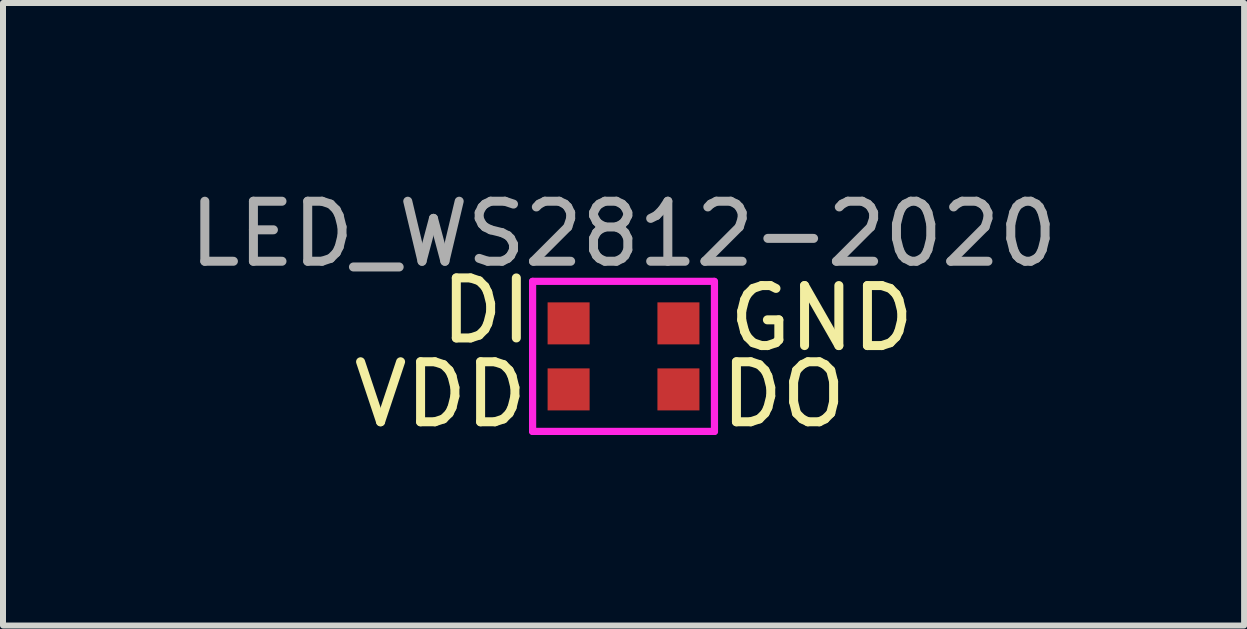
<source format=kicad_pcb>
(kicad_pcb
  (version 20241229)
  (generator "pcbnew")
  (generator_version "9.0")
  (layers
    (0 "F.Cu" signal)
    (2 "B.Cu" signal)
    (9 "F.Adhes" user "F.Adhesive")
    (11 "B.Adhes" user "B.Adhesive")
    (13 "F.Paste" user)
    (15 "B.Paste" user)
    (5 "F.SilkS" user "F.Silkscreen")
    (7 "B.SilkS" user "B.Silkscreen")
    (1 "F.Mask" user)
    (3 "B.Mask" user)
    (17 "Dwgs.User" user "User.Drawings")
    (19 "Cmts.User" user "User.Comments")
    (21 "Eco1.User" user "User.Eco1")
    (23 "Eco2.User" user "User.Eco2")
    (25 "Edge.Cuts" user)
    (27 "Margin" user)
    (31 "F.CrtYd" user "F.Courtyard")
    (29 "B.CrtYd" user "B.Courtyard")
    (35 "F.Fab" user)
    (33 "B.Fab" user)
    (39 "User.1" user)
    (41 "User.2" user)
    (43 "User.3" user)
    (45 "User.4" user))
  (footprint "LED_WS2812-2020"
    (layer "F.Cu")
    (at 7.339 2.888)
    (property "Reference" "LED_WS2812-2020" (at 0 -2.04 0) (layer "F.Fab") (effects (font (size 1 1) (thickness 0.15))))
    (attr smd)
    (fp_line (start -1.515 -1.25) (end -1.515 1.25) (stroke (width 0.12) (type solid)) (layer "F.CrtYd"))
    (fp_line (start -1.515 1.25) (end 1.515 1.25) (stroke (width 0.12) (type solid)) (layer "F.CrtYd"))
    (fp_line (start 1.51 -1.25) (end -1.515 -1.25) (stroke (width 0.12) (type solid)) (layer "F.CrtYd"))
    (fp_line (start 1.515 1.25) (end 1.515 -1.25) (stroke (width 0.12) (type solid)) (layer "F.CrtYd"))
    (fp_text user "DI" (at -2.286 -0.762 0) (layer "F.SilkS") (effects (font (size 1 1) (thickness 0.15))))
    (fp_text user "VDD" (at -3.048 0.635 0) (layer "F.SilkS") (effects (font (size 1 1) (thickness 0.15))))
    (fp_text user "GND" (at 3.302 -0.635 0) (layer "F.SilkS") (effects (font (size 1 1) (thickness 0.15))))
    (fp_text user "DO" (at 2.667 0.635 0) (layer "F.SilkS") (effects (font (size 1 1) (thickness 0.15))))
    (pad "1" smd rect (at -0.915 0.55) (size 0.7 0.7) (layers "F.Cu" "F.Mask" "F.Paste"))
    (pad "2" smd rect (at 0.915 0.55) (size 0.7 0.7) (layers "F.Cu" "F.Mask" "F.Paste"))
    (pad "3" smd rect (at 0.915 -0.55) (size 0.7 0.7) (layers "F.Cu" "F.Mask" "F.Paste"))
    (pad "4" smd rect (at -0.915 -0.55) (size 0.7 0.7) (layers "F.Cu" "F.Mask" "F.Paste")))
  (gr_rect
    (start -3 -3)
    (end 17.679 7.372)
    (stroke (width 0.1) (type default))
    (fill no)
    (layer "Edge.Cuts")))
</source>
